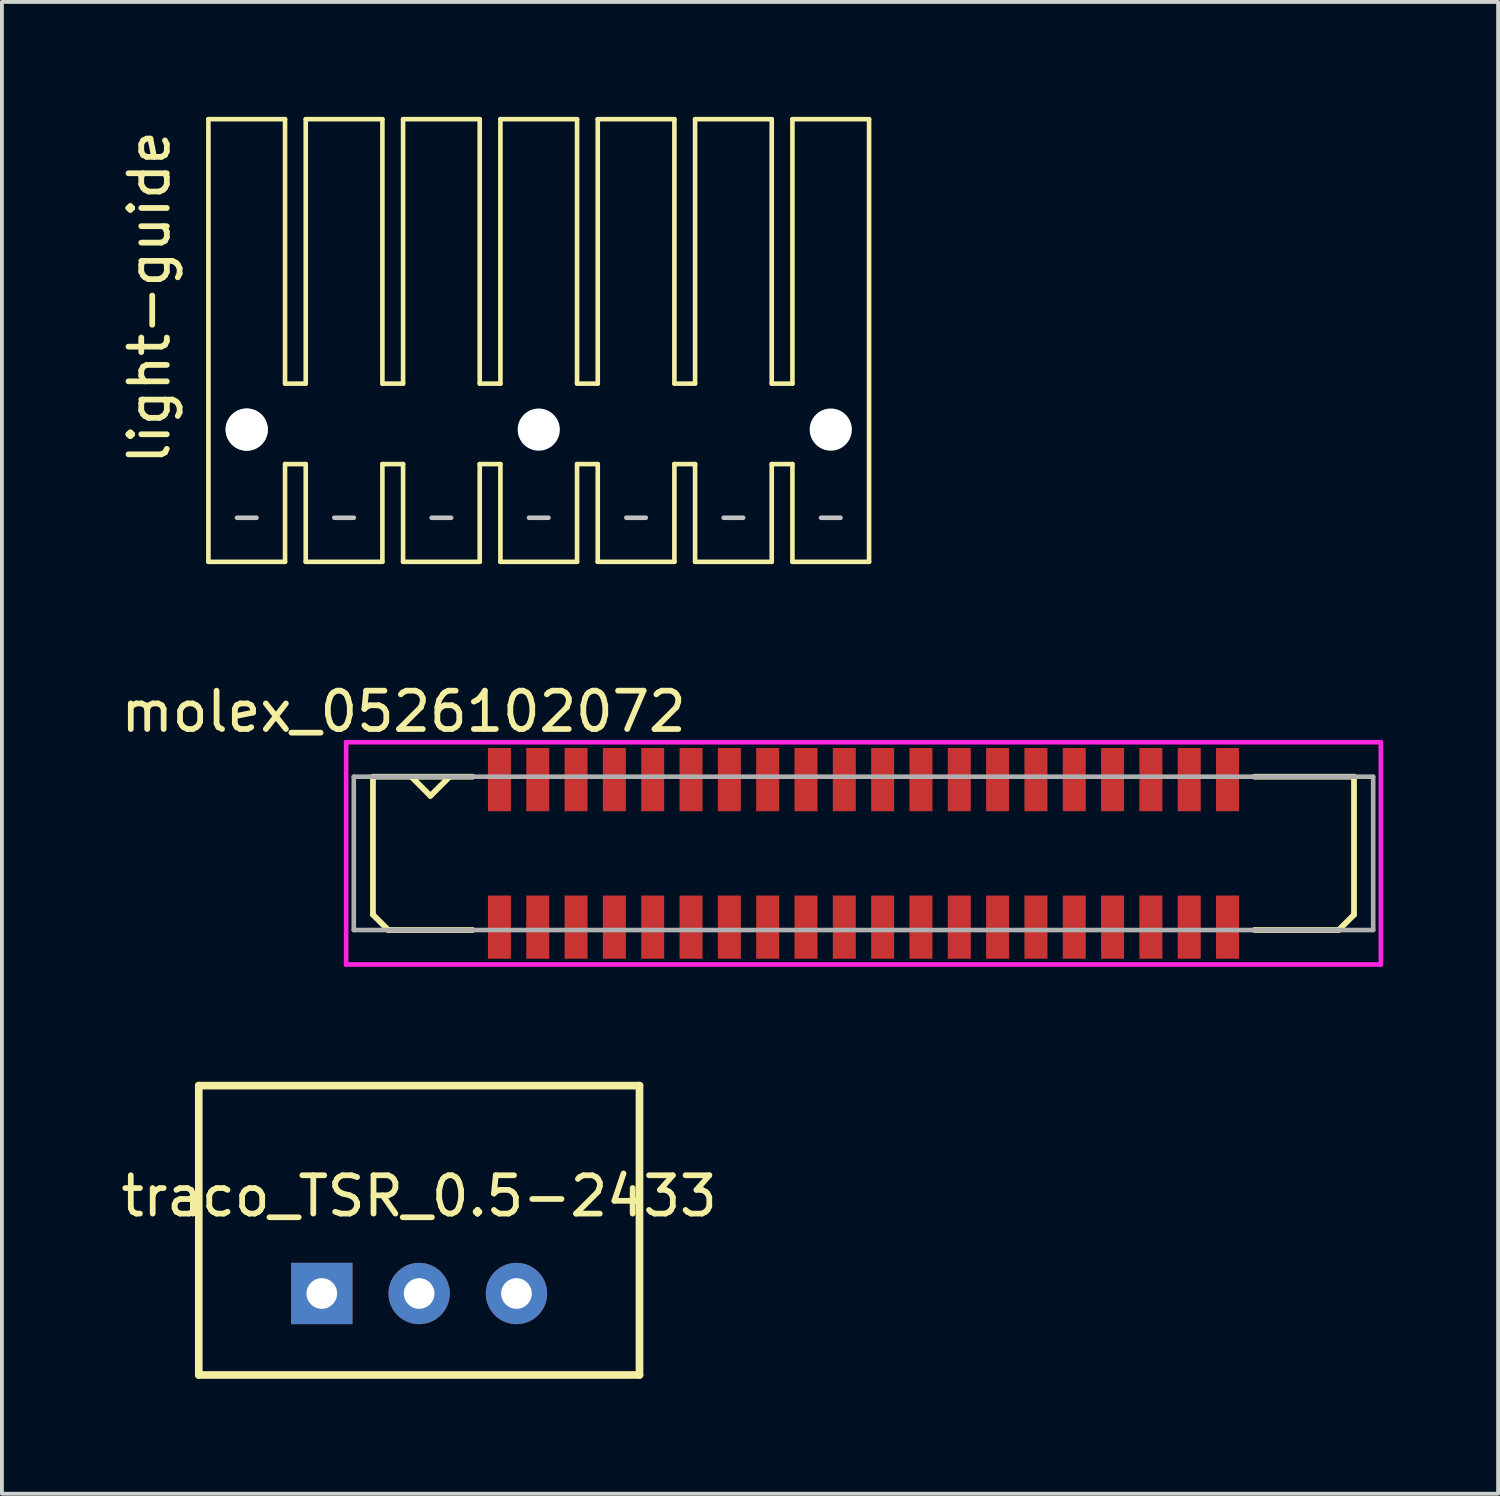
<source format=kicad_pcb>
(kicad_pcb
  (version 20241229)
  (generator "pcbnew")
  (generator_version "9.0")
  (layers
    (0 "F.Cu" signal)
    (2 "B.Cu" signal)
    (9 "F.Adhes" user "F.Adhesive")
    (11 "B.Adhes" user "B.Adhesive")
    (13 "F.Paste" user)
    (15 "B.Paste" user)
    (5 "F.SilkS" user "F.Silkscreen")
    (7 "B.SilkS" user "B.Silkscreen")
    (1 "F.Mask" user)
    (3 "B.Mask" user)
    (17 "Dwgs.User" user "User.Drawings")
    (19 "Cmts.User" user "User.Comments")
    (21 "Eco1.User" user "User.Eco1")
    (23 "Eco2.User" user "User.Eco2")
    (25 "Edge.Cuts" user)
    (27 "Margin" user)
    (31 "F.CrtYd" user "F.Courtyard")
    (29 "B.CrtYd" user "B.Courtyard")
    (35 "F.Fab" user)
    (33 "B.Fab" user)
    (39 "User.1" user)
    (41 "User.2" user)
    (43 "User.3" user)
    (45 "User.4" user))
  (footprint "light-guide"
    (layer "F.Cu")
    (at 11.008 8.16)
    (property "Reference" "light-guide" (at -10.16 -3.45 90) (layer "F.SilkS") (effects (font (size 1 1) (thickness 0.15))))
    (attr through_hole)
    (fp_line (start -8.62 -8.1) (end -8.62 3.45) (stroke (width 0.12) (type solid)) (layer "F.SilkS"))
    (fp_line (start -8.62 -8.1) (end -6.62 -8.1) (stroke (width 0.12) (type solid)) (layer "F.SilkS"))
    (fp_line (start -8.62 3.45) (end -6.62 3.45) (stroke (width 0.12) (type solid)) (layer "F.SilkS"))
    (fp_line (start -6.62 -8.1) (end -6.62 -1.2) (stroke (width 0.12) (type solid)) (layer "F.SilkS"))
    (fp_line (start -6.62 3.45) (end -6.62 0.9) (stroke (width 0.12) (type solid)) (layer "F.SilkS"))
    (fp_line (start -6.08 -8.1) (end -6.08 -1.2) (stroke (width 0.12) (type solid)) (layer "F.SilkS"))
    (fp_line (start -6.08 -8.1) (end -4.08 -8.1) (stroke (width 0.12) (type solid)) (layer "F.SilkS"))
    (fp_line (start -6.08 -1.2) (end -6.62 -1.2) (stroke (width 0.12) (type solid)) (layer "F.SilkS"))
    (fp_line (start -6.08 0.9) (end -6.62 0.9) (stroke (width 0.12) (type solid)) (layer "F.SilkS"))
    (fp_line (start -6.08 3.45) (end -6.08 0.9) (stroke (width 0.12) (type solid)) (layer "F.SilkS"))
    (fp_line (start -6.08 3.45) (end -4.08 3.45) (stroke (width 0.12) (type solid)) (layer "F.SilkS"))
    (fp_line (start -4.08 -8.1) (end -4.08 -1.2) (stroke (width 0.12) (type solid)) (layer "F.SilkS"))
    (fp_line (start -4.08 3.45) (end -4.08 0.9) (stroke (width 0.12) (type solid)) (layer "F.SilkS"))
    (fp_line (start -3.54 -8.1) (end -3.54 -1.2) (stroke (width 0.12) (type solid)) (layer "F.SilkS"))
    (fp_line (start -3.54 -8.1) (end -1.54 -8.1) (stroke (width 0.12) (type solid)) (layer "F.SilkS"))
    (fp_line (start -3.54 -1.2) (end -4.08 -1.2) (stroke (width 0.12) (type solid)) (layer "F.SilkS"))
    (fp_line (start -3.54 0.9) (end -4.08 0.9) (stroke (width 0.12) (type solid)) (layer "F.SilkS"))
    (fp_line (start -3.54 3.45) (end -3.54 0.9) (stroke (width 0.12) (type solid)) (layer "F.SilkS"))
    (fp_line (start -3.54 3.45) (end -1.54 3.45) (stroke (width 0.12) (type solid)) (layer "F.SilkS"))
    (fp_line (start -1.54 -8.1) (end -1.54 -1.2) (stroke (width 0.12) (type solid)) (layer "F.SilkS"))
    (fp_line (start -1.54 -1.2) (end -1 -1.2) (stroke (width 0.12) (type solid)) (layer "F.SilkS"))
    (fp_line (start -1.54 3.45) (end -1.54 0.9) (stroke (width 0.12) (type solid)) (layer "F.SilkS"))
    (fp_line (start -1 -8.1) (end -1 -1.2) (stroke (width 0.12) (type solid)) (layer "F.SilkS"))
    (fp_line (start -1 -8.1) (end 1 -8.1) (stroke (width 0.12) (type solid)) (layer "F.SilkS"))
    (fp_line (start -1 0.9) (end -1.54 0.9) (stroke (width 0.12) (type solid)) (layer "F.SilkS"))
    (fp_line (start -1 3.45) (end -1 0.9) (stroke (width 0.12) (type solid)) (layer "F.SilkS"))
    (fp_line (start -1 3.45) (end 1 3.45) (stroke (width 0.12) (type solid)) (layer "F.SilkS"))
    (fp_line (start 1 -8.1) (end 1 -1.2) (stroke (width 0.12) (type solid)) (layer "F.SilkS"))
    (fp_line (start 1 3.45) (end 1 0.9) (stroke (width 0.12) (type solid)) (layer "F.SilkS"))
    (fp_line (start 1.54 -8.1) (end 1.54 -1.2) (stroke (width 0.12) (type solid)) (layer "F.SilkS"))
    (fp_line (start 1.54 -8.1) (end 3.54 -8.1) (stroke (width 0.12) (type solid)) (layer "F.SilkS"))
    (fp_line (start 1.54 -1.2) (end 1 -1.2) (stroke (width 0.12) (type solid)) (layer "F.SilkS"))
    (fp_line (start 1.54 0.9) (end 1 0.9) (stroke (width 0.12) (type solid)) (layer "F.SilkS"))
    (fp_line (start 1.54 3.45) (end 1.54 0.9) (stroke (width 0.12) (type solid)) (layer "F.SilkS"))
    (fp_line (start 1.54 3.45) (end 3.54 3.45) (stroke (width 0.12) (type solid)) (layer "F.SilkS"))
    (fp_line (start 3.54 -8.1) (end 3.54 -1.2) (stroke (width 0.12) (type solid)) (layer "F.SilkS"))
    (fp_line (start 3.54 0.9) (end 4.08 0.9) (stroke (width 0.12) (type solid)) (layer "F.SilkS"))
    (fp_line (start 3.54 3.45) (end 3.54 0.9) (stroke (width 0.12) (type solid)) (layer "F.SilkS"))
    (fp_line (start 4.08 -8.1) (end 4.08 -1.2) (stroke (width 0.12) (type solid)) (layer "F.SilkS"))
    (fp_line (start 4.08 -1.2) (end 3.54 -1.2) (stroke (width 0.12) (type solid)) (layer "F.SilkS"))
    (fp_line (start 4.08 3.45) (end 4.08 0.9) (stroke (width 0.12) (type solid)) (layer "F.SilkS"))
    (fp_line (start 4.08 3.45) (end 6.08 3.45) (stroke (width 0.12) (type solid)) (layer "F.SilkS"))
    (fp_line (start 6.08 -8.1) (end 4.08 -8.1) (stroke (width 0.12) (type solid)) (layer "F.SilkS"))
    (fp_line (start 6.08 -8.1) (end 6.08 -1.2) (stroke (width 0.12) (type solid)) (layer "F.SilkS"))
    (fp_line (start 6.08 3.45) (end 6.08 0.9) (stroke (width 0.12) (type solid)) (layer "F.SilkS"))
    (fp_line (start 6.62 -8.1) (end 6.62 -1.2) (stroke (width 0.12) (type solid)) (layer "F.SilkS"))
    (fp_line (start 6.62 -1.2) (end 6.08 -1.2) (stroke (width 0.12) (type solid)) (layer "F.SilkS"))
    (fp_line (start 6.62 0.9) (end 6.08 0.9) (stroke (width 0.12) (type solid)) (layer "F.SilkS"))
    (fp_line (start 6.62 3.45) (end 6.62 0.9) (stroke (width 0.12) (type solid)) (layer "F.SilkS"))
    (fp_line (start 6.62 3.45) (end 8.62 3.45) (stroke (width 0.12) (type solid)) (layer "F.SilkS"))
    (fp_line (start 8.62 -8.1) (end 6.62 -8.1) (stroke (width 0.12) (type solid)) (layer "F.SilkS"))
    (fp_line (start 8.62 -8.1) (end 8.62 3.45) (stroke (width 0.12) (type solid)) (layer "F.SilkS"))
    (fp_line (start -7.874 2.3) (end -7.366 2.3) (stroke (width 0.12) (type solid)) (layer "Dwgs.User"))
    (fp_line (start -5.334 2.3) (end -4.826 2.3) (stroke (width 0.12) (type solid)) (layer "Dwgs.User"))
    (fp_line (start -2.794 2.3) (end -2.286 2.3) (stroke (width 0.12) (type solid)) (layer "Dwgs.User"))
    (fp_line (start -0.254 2.3) (end 0.254 2.3) (stroke (width 0.12) (type solid)) (layer "Dwgs.User"))
    (fp_line (start 2.286 2.3) (end 2.794 2.3) (stroke (width 0.12) (type solid)) (layer "Dwgs.User"))
    (fp_line (start 4.826 2.3) (end 5.334 2.3) (stroke (width 0.12) (type solid)) (layer "Dwgs.User"))
    (fp_line (start 7.366 2.3) (end 7.874 2.3) (stroke (width 0.12) (type solid)) (layer "Dwgs.User"))
    (pad "" np_thru_hole circle (at -7.62 0) (size 1.1 1.1) (drill 1.1) (layers "*.Cu" "*.Mask"))
    (pad "" np_thru_hole circle (at -7.62 0) (size 1.1 1.1) (drill 1.1) (layers "*.Cu" "*.Mask"))
    (pad "" np_thru_hole circle (at 0 0) (size 1.1 1.1) (drill 1.1) (layers "*.Cu" "*.Mask"))
    (pad "" np_thru_hole circle (at 7.62 0) (size 1.1 1.1) (drill 1.1) (layers "*.Cu" "*.Mask")))
  (footprint "molex_0526102072"
    (layer "F.Cu")
    (at 19.482 19.218)
    (property "Reference" "molex_0526102072" (at -12 -3.7 180) (layer "F.SilkS") (effects (font (size 1 1) (thickness 0.15))))
    (attr smd)
    (fp_line (start -12.8 -2) (end -12.8 1.6) (stroke (width 0.15) (type solid)) (layer "F.SilkS"))
    (fp_line (start -12.8 1.6) (end -12.4 2) (stroke (width 0.15) (type solid)) (layer "F.SilkS"))
    (fp_line (start -12.4 2) (end -10.2 2) (stroke (width 0.15) (type solid)) (layer "F.SilkS"))
    (fp_line (start -11.8 -2) (end -11.3 -1.5) (stroke (width 0.15) (type solid)) (layer "F.SilkS"))
    (fp_line (start -11.3 -1.5) (end -10.8 -2) (stroke (width 0.15) (type solid)) (layer "F.SilkS"))
    (fp_line (start -10.2 -2) (end -12.8 -2) (stroke (width 0.15) (type solid)) (layer "F.SilkS"))
    (fp_line (start 12.4 2) (end 10.2 2) (stroke (width 0.15) (type solid)) (layer "F.SilkS"))
    (fp_line (start 12.8 -2) (end 10.2 -2) (stroke (width 0.15) (type solid)) (layer "F.SilkS"))
    (fp_line (start 12.8 1.6) (end 12.4 2) (stroke (width 0.15) (type solid)) (layer "F.SilkS"))
    (fp_line (start 12.8 1.6) (end 12.8 -2) (stroke (width 0.15) (type solid)) (layer "F.SilkS"))
    (fp_line (start -13.5 -2.9) (end 13.5 -2.9) (stroke (width 0.12) (type solid)) (layer "F.CrtYd"))
    (fp_line (start -13.5 2.9) (end -13.5 -2.9) (stroke (width 0.12) (type solid)) (layer "F.CrtYd"))
    (fp_line (start 13.5 -2.9) (end 13.5 2.9) (stroke (width 0.12) (type solid)) (layer "F.CrtYd"))
    (fp_line (start 13.5 2.9) (end -13.5 2.9) (stroke (width 0.12) (type solid)) (layer "F.CrtYd"))
    (fp_line (start -13.3 -2) (end -13.3 2) (stroke (width 0.12) (type solid)) (layer "F.Fab"))
    (fp_line (start -13.3 2) (end 13.3 2) (stroke (width 0.12) (type solid)) (layer "F.Fab"))
    (fp_line (start 13.3 -2) (end -13.3 -2) (stroke (width 0.12) (type solid)) (layer "F.Fab"))
    (fp_line (start 13.3 2) (end 13.3 -2) (stroke (width 0.12) (type solid)) (layer "F.Fab"))
    (pad "1" smd rect (at -9.5 -1.925) (size 0.6 1.65) (layers "F.Cu" "F.Mask" "F.Paste"))
    (pad "1" smd rect (at -9.5 1.925) (size 0.6 1.65) (layers "F.Cu" "F.Mask" "F.Paste"))
    (pad "2" smd rect (at -8.5 -1.925) (size 0.6 1.65) (layers "F.Cu" "F.Mask" "F.Paste"))
    (pad "2" smd rect (at -8.5 1.925) (size 0.6 1.65) (layers "F.Cu" "F.Mask" "F.Paste"))
    (pad "3" smd rect (at -7.5 -1.925) (size 0.6 1.65) (layers "F.Cu" "F.Mask" "F.Paste"))
    (pad "3" smd rect (at -7.5 1.925) (size 0.6 1.65) (layers "F.Cu" "F.Mask" "F.Paste"))
    (pad "4" smd rect (at -6.5 -1.925) (size 0.6 1.65) (layers "F.Cu" "F.Mask" "F.Paste"))
    (pad "4" smd rect (at -6.5 1.925) (size 0.6 1.65) (layers "F.Cu" "F.Mask" "F.Paste"))
    (pad "5" smd rect (at -5.5 -1.925) (size 0.6 1.65) (layers "F.Cu" "F.Mask" "F.Paste"))
    (pad "5" smd rect (at -5.5 1.925) (size 0.6 1.65) (layers "F.Cu" "F.Mask" "F.Paste"))
    (pad "6" smd rect (at -4.5 -1.925) (size 0.6 1.65) (layers "F.Cu" "F.Mask" "F.Paste"))
    (pad "6" smd rect (at -4.5 1.925) (size 0.6 1.65) (layers "F.Cu" "F.Mask" "F.Paste"))
    (pad "7" smd rect (at -3.5 -1.925) (size 0.6 1.65) (layers "F.Cu" "F.Mask" "F.Paste"))
    (pad "7" smd rect (at -3.5 1.925) (size 0.6 1.65) (layers "F.Cu" "F.Mask" "F.Paste"))
    (pad "8" smd rect (at -2.5 -1.925) (size 0.6 1.65) (layers "F.Cu" "F.Mask" "F.Paste"))
    (pad "8" smd rect (at -2.5 1.925) (size 0.6 1.65) (layers "F.Cu" "F.Mask" "F.Paste"))
    (pad "9" smd rect (at -1.5 -1.925) (size 0.6 1.65) (layers "F.Cu" "F.Mask" "F.Paste"))
    (pad "9" smd rect (at -1.5 1.925) (size 0.6 1.65) (layers "F.Cu" "F.Mask" "F.Paste"))
    (pad "10" smd rect (at -0.5 -1.925) (size 0.6 1.65) (layers "F.Cu" "F.Mask" "F.Paste"))
    (pad "10" smd rect (at -0.5 1.925) (size 0.6 1.65) (layers "F.Cu" "F.Mask" "F.Paste"))
    (pad "11" smd rect (at 0.5 -1.925) (size 0.6 1.65) (layers "F.Cu" "F.Mask" "F.Paste"))
    (pad "11" smd rect (at 0.5 1.925) (size 0.6 1.65) (layers "F.Cu" "F.Mask" "F.Paste"))
    (pad "12" smd rect (at 1.5 -1.925) (size 0.6 1.65) (layers "F.Cu" "F.Mask" "F.Paste"))
    (pad "12" smd rect (at 1.5 1.925) (size 0.6 1.65) (layers "F.Cu" "F.Mask" "F.Paste"))
    (pad "13" smd rect (at 2.5 -1.925) (size 0.6 1.65) (layers "F.Cu" "F.Mask" "F.Paste"))
    (pad "13" smd rect (at 2.5 1.925) (size 0.6 1.65) (layers "F.Cu" "F.Mask" "F.Paste"))
    (pad "14" smd rect (at 3.5 -1.925) (size 0.6 1.65) (layers "F.Cu" "F.Mask" "F.Paste"))
    (pad "14" smd rect (at 3.5 1.925) (size 0.6 1.65) (layers "F.Cu" "F.Mask" "F.Paste"))
    (pad "15" smd rect (at 4.5 -1.925) (size 0.6 1.65) (layers "F.Cu" "F.Mask" "F.Paste"))
    (pad "15" smd rect (at 4.5 1.925) (size 0.6 1.65) (layers "F.Cu" "F.Mask" "F.Paste"))
    (pad "16" smd rect (at 5.5 -1.925) (size 0.6 1.65) (layers "F.Cu" "F.Mask" "F.Paste"))
    (pad "16" smd rect (at 5.5 1.925) (size 0.6 1.65) (layers "F.Cu" "F.Mask" "F.Paste"))
    (pad "17" smd rect (at 6.5 -1.925) (size 0.6 1.65) (layers "F.Cu" "F.Mask" "F.Paste"))
    (pad "17" smd rect (at 6.5 1.925) (size 0.6 1.65) (layers "F.Cu" "F.Mask" "F.Paste"))
    (pad "18" smd rect (at 7.5 -1.925) (size 0.6 1.65) (layers "F.Cu" "F.Mask" "F.Paste"))
    (pad "18" smd rect (at 7.5 1.925) (size 0.6 1.65) (layers "F.Cu" "F.Mask" "F.Paste"))
    (pad "19" smd rect (at 8.5 -1.925) (size 0.6 1.65) (layers "F.Cu" "F.Mask" "F.Paste"))
    (pad "19" smd rect (at 8.5 1.925) (size 0.6 1.65) (layers "F.Cu" "F.Mask" "F.Paste"))
    (pad "20" smd rect (at 9.5 -1.925) (size 0.6 1.65) (layers "F.Cu" "F.Mask" "F.Paste"))
    (pad "20" smd rect (at 9.5 1.925) (size 0.6 1.65) (layers "F.Cu" "F.Mask" "F.Paste")))
  (footprint "traco_TSR_0.5-2433"
    (layer "F.Cu")
    (at 7.887 30.703)
    (property "Reference" "traco_TSR_0.5-2433" (at 0 -2.54 0) (layer "F.SilkS") (effects (font (size 1 1) (thickness 0.15))))
    (attr through_hole)
    (fp_line (start -5.75 -5.425) (end -5.75 2.125) (stroke (width 0.2) (type solid)) (layer "F.SilkS"))
    (fp_line (start -5.75 2.125) (end 5.75 2.125) (stroke (width 0.2) (type solid)) (layer "F.SilkS"))
    (fp_line (start 5.75 -5.425) (end -5.75 -5.425) (stroke (width 0.2) (type solid)) (layer "F.SilkS"))
    (fp_line (start 5.75 2.125) (end 5.75 -5.425) (stroke (width 0.2) (type solid)) (layer "F.SilkS"))
    (pad "1" thru_hole rect (at -2.54 0) (size 1.6 1.6) (drill 0.8) (layers "*.Cu" "*.Mask"))
    (pad "2" thru_hole circle (at 0 0) (size 1.6 1.6) (drill 0.8) (layers "*.Cu" "*.Mask"))
    (pad "3" thru_hole circle (at 2.54 0) (size 1.6 1.6) (drill 0.8) (layers "*.Cu" "*.Mask")))
  (gr_rect
    (start -3 -3)
    (end 36.042 35.928)
    (stroke (width 0.1) (type default))
    (fill no)
    (layer "Edge.Cuts")))
</source>
